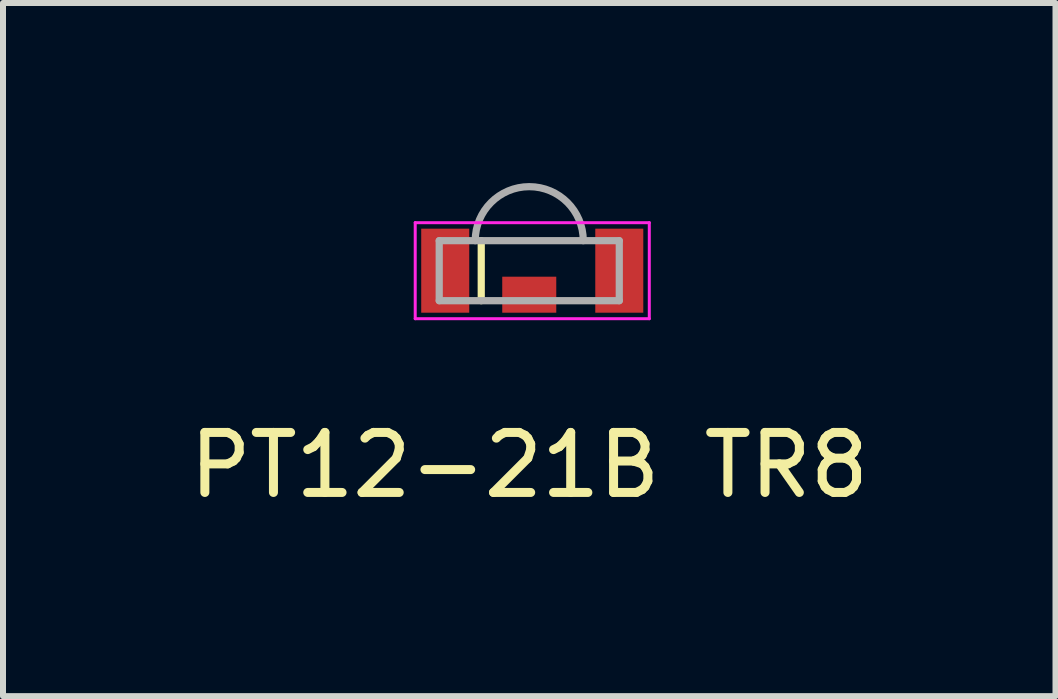
<source format=kicad_pcb>
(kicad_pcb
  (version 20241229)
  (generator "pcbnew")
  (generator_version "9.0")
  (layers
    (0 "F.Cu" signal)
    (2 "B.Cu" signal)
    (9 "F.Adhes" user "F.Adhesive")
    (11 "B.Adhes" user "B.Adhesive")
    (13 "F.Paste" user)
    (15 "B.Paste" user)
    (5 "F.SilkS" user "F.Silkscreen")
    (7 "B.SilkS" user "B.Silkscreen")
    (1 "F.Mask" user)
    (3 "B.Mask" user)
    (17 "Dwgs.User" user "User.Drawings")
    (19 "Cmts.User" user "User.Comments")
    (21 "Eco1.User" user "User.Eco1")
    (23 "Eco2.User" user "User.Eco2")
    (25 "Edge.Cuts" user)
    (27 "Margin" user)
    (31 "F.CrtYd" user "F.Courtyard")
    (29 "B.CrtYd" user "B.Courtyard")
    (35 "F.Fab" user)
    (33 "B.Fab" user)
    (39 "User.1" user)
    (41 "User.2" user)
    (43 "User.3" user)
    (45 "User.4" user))
  (footprint "PT12-21B TR8"
    (layer "F.Cu")
    (at 5.768 2.16)
    (property "Reference" "PT12-21B TR8" (at 0 2.54 0) (layer "F.SilkS") (effects (font (size 1 1) (thickness 0.15))))
    (attr through_hole)
    (fp_line (start -0.8 -1.2) (end -0.8 -0.2) (stroke (width 0.12) (type solid)) (layer "F.SilkS"))
    (fp_line (start -1.9 -1.5) (end -1.9 0.1) (stroke (width 0.05) (type solid)) (layer "F.CrtYd"))
    (fp_line (start -1.9 0.1) (end 2 0.1) (stroke (width 0.05) (type solid)) (layer "F.CrtYd"))
    (fp_line (start 2 -1.5) (end -1.9 -1.5) (stroke (width 0.05) (type solid)) (layer "F.CrtYd"))
    (fp_line (start 2 0.1) (end 2 -1.5) (stroke (width 0.05) (type solid)) (layer "F.CrtYd"))
    (fp_line (start -1.5 -1.2) (end -1.5 -0.2) (stroke (width 0.12) (type solid)) (layer "F.Fab"))
    (fp_line (start -1.5 -0.2) (end 1.5 -0.2) (stroke (width 0.12) (type solid)) (layer "F.Fab"))
    (fp_line (start 1.5 -1.2) (end -1.5 -1.2) (stroke (width 0.12) (type solid)) (layer "F.Fab"))
    (fp_line (start 1.5 -0.2) (end 1.5 -1.2) (stroke (width 0.12) (type solid)) (layer "F.Fab"))
    (fp_arc (start -0.9 -1.2) (mid 0 -2.1) (end 0.9 -1.2) (stroke (width 0.12) (type solid)) (layer "F.Fab"))
    (pad "1" smd rect (at 1.5 -0.7) (size 0.8 1.4) (layers "F.Cu" "F.Mask" "F.Paste"))
    (pad "2" smd rect (at -1.4 -0.7) (size 0.8 1.4) (layers "F.Cu" "F.Mask" "F.Paste"))
    (pad "3" smd rect (at 0 -0.3) (size 0.9 0.6) (layers "F.Cu" "F.Mask" "F.Paste")))
  (gr_rect
    (start -3 -3)
    (end 14.536 8.548)
    (stroke (width 0.1) (type default))
    (fill no)
    (layer "Edge.Cuts")))
</source>
